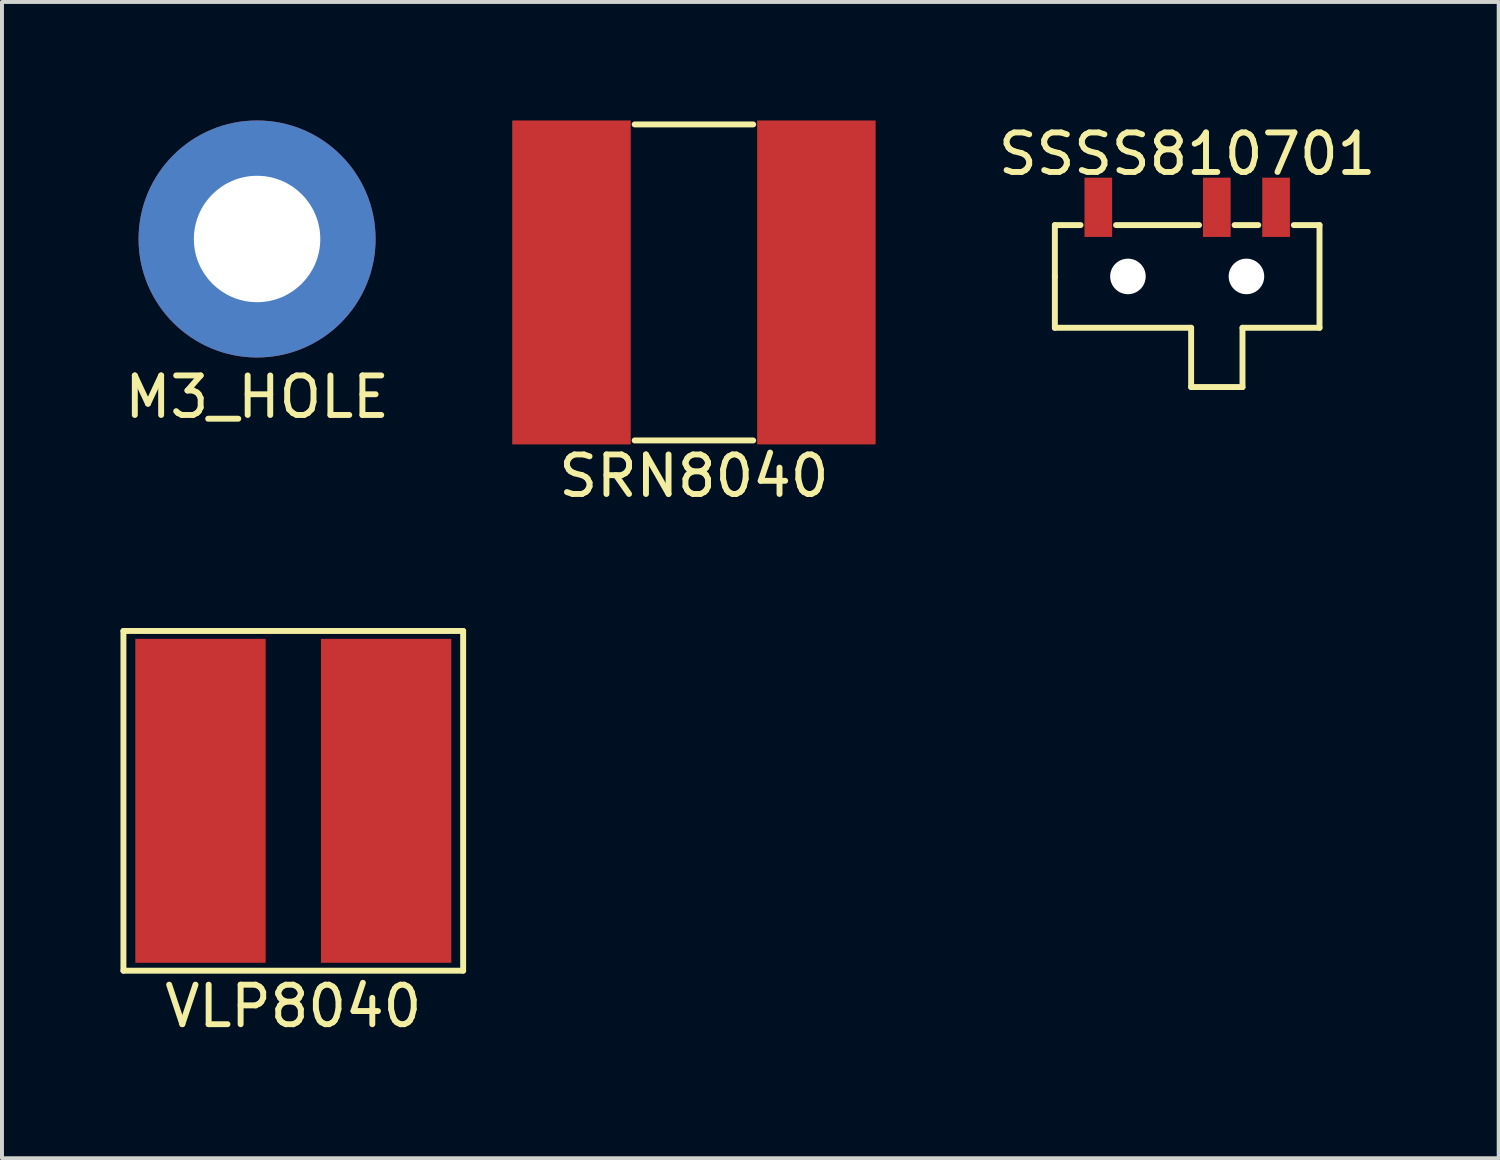
<source format=kicad_pcb>
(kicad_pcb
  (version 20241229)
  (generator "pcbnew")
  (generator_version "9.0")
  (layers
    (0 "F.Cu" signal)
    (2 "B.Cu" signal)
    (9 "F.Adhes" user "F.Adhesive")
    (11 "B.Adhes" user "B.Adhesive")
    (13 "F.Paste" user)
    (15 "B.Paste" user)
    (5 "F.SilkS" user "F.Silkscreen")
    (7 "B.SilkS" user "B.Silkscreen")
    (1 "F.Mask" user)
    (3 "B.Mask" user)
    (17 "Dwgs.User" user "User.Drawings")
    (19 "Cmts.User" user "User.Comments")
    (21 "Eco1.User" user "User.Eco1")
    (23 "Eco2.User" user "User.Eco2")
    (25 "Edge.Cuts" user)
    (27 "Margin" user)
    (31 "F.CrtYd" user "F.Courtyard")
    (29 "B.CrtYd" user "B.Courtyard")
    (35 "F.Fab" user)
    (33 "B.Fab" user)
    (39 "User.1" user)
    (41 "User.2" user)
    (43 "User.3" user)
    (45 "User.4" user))
  (footprint "VLP8040"
    (layer "F.Cu")
    (at 4.375 17.223)
    (property "Reference" "VLP8040" (at 0 5.2 0) (layer "F.SilkS") (effects (font (size 1 1) (thickness 0.15))))
    (attr through_hole)
    (fp_line (start -4.3 -4.3) (end -4.3 4.3) (stroke (width 0.15) (type solid)) (layer "F.SilkS"))
    (fp_line (start -4.3 4.3) (end 4.3 4.3) (stroke (width 0.15) (type solid)) (layer "F.SilkS"))
    (fp_line (start 4.3 -4.3) (end -4.3 -4.3) (stroke (width 0.15) (type solid)) (layer "F.SilkS"))
    (fp_line (start 4.3 4.3) (end 4.3 -4.3) (stroke (width 0.15) (type solid)) (layer "F.SilkS"))
    (pad "1" smd rect (at -2.35 0) (size 3.3 8.2) (layers "F.Cu" "F.Mask" "F.Paste"))
    (pad "2" smd rect (at 2.35 0) (size 3.3 8.2) (layers "F.Cu" "F.Mask" "F.Paste")))
  (footprint "M3_HOLE"
    (layer "F.Cu")
    (at 3.458 3)
    (property "Reference" "M3_HOLE" (at 0 4 0) (layer "F.SilkS") (effects (font (size 1 1) (thickness 0.15))))
    (attr through_hole)
    (pad "1" thru_hole circle (at 0 0) (size 6 6) (drill 3.2) (layers "*.Cu" "*.Mask")))
  (footprint "SRN8040"
    (layer "F.Cu")
    (at 14.517 4.1)
    (property "Reference" "SRN8040" (at 0 4.9 0) (layer "F.SilkS") (effects (font (size 1 1) (thickness 0.15))))
    (attr through_hole)
    (fp_line (start -1.5 -4) (end 1.5 -4) (stroke (width 0.15) (type solid)) (layer "F.SilkS"))
    (fp_line (start -1.5 4) (end 1.5 4) (stroke (width 0.15) (type solid)) (layer "F.SilkS"))
    (pad "1" smd rect (at -3.1 0) (size 3 8.2) (layers "F.Cu" "F.Mask" "F.Paste"))
    (pad "2" smd rect (at 3.1 0) (size 3 8.2) (layers "F.Cu" "F.Mask" "F.Paste")))
  (footprint "SSSS810701"
    (layer "F.Cu")
    (at 27.004 3.948)
    (property "Reference" "SSSS810701" (at 0 -3.1 0) (layer "F.SilkS") (effects (font (size 1 1) (thickness 0.15))))
    (attr through_hole)
    (fp_line (start -3.35 -1.3) (end -2.7 -1.3) (stroke (width 0.15) (type solid)) (layer "F.SilkS"))
    (fp_line (start -3.35 0) (end -3.35 -1.3) (stroke (width 0.15) (type solid)) (layer "F.SilkS"))
    (fp_line (start -3.35 0) (end -3.35 1.3) (stroke (width 0.15) (type solid)) (layer "F.SilkS"))
    (fp_line (start -1.8 -1.3) (end 0.3 -1.3) (stroke (width 0.15) (type solid)) (layer "F.SilkS"))
    (fp_line (start 0.1 1.3) (end -3.35 1.3) (stroke (width 0.15) (type solid)) (layer "F.SilkS"))
    (fp_line (start 0.1 2.8) (end 0.1 1.3) (stroke (width 0.15) (type solid)) (layer "F.SilkS"))
    (fp_line (start 0.1 2.8) (end 1.4 2.8) (stroke (width 0.15) (type solid)) (layer "F.SilkS"))
    (fp_line (start 1.2 -1.3) (end 1.8 -1.3) (stroke (width 0.15) (type solid)) (layer "F.SilkS"))
    (fp_line (start 1.4 2.8) (end 1.4 1.3) (stroke (width 0.15) (type solid)) (layer "F.SilkS"))
    (fp_line (start 2.7 -1.3) (end 3.35 -1.3) (stroke (width 0.15) (type solid)) (layer "F.SilkS"))
    (fp_line (start 3.35 -1.3) (end 3.35 1.3) (stroke (width 0.15) (type solid)) (layer "F.SilkS"))
    (fp_line (start 3.35 1.3) (end 1.4 1.3) (stroke (width 0.15) (type solid)) (layer "F.SilkS"))
    (pad "" np_thru_hole circle (at -1.5 0) (size 0.9 0.9) (drill 0.9) (layers "*.Cu" "*.Mask"))
    (pad "" np_thru_hole circle (at 1.5 0) (size 0.9 0.9) (drill 0.9) (layers "*.Cu" "*.Mask"))
    (pad "1" smd rect (at -2.25 -1.75) (size 0.7 1.5) (layers "F.Cu" "F.Mask" "F.Paste"))
    (pad "2" smd rect (at 0.75 -1.75) (size 0.7 1.5) (layers "F.Cu" "F.Mask" "F.Paste"))
    (pad "3" smd rect (at 2.25 -1.75) (size 0.7 1.5) (layers "F.Cu" "F.Mask" "F.Paste")))
  (gr_rect
    (start -3 -3)
    (end 34.89 26.271)
    (stroke (width 0.1) (type default))
    (fill no)
    (layer "Edge.Cuts")))
</source>
